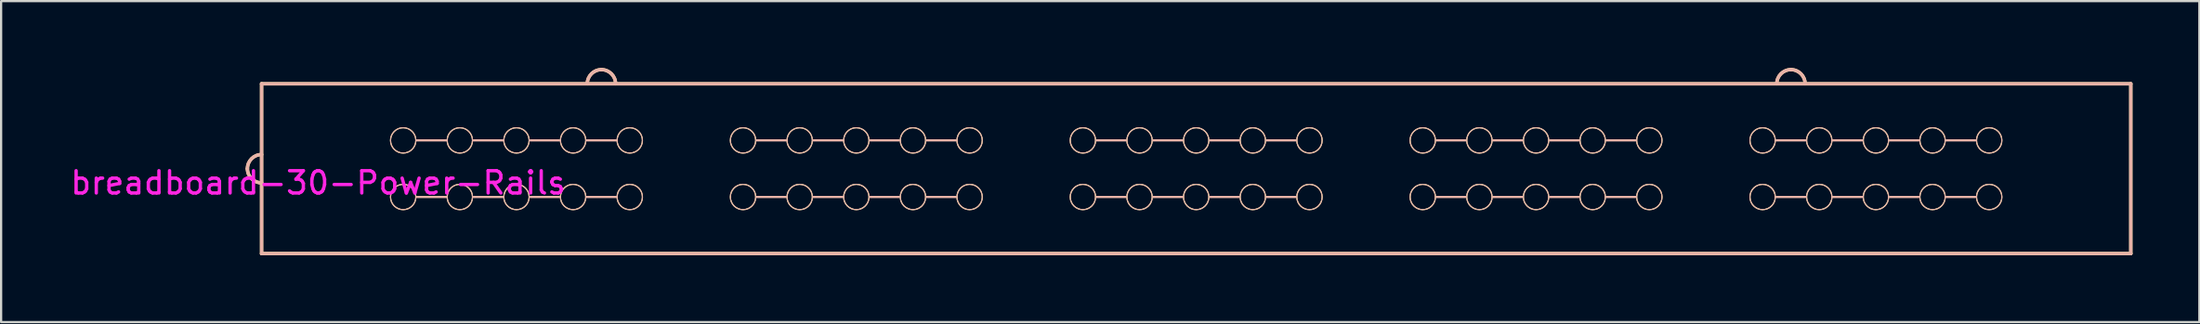
<source format=kicad_pcb>
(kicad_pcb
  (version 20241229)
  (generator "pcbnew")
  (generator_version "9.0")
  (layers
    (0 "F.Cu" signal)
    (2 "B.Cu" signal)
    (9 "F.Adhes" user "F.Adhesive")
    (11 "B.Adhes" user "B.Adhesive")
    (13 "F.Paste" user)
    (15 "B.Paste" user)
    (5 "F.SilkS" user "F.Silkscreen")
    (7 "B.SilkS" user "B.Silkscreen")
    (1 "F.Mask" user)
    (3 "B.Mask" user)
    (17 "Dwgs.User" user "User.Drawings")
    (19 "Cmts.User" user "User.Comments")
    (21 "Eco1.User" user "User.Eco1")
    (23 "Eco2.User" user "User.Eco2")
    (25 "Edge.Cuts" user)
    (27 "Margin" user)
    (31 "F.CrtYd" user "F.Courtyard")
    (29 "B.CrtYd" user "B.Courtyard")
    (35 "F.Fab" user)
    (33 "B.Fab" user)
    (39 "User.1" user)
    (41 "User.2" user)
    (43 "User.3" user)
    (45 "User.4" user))
  (footprint "breadboard-30-Power-Rails"
    (layer "F.Cu")
    (at 51.86 3.25)
    (property "Reference" "breadboard-30-Power-Rails" (at -40.64 1.905 180) (layer "F.CrtYd") (effects (font (size 1 1) (thickness 0.15))))
    (attr exclude_from_pos_files exclude_from_bom)
    (fp_line (start -43.18 -2.54) (end -43.18 5.08) (stroke (width 0.15) (type solid)) (layer "F.SilkS"))
    (fp_line (start -43.18 -2.54) (end 40.64 -2.54) (stroke (width 0.15) (type solid)) (layer "F.SilkS"))
    (fp_line (start -43.18 5.08) (end 40.64 5.08) (stroke (width 0.15) (type solid)) (layer "F.SilkS"))
    (fp_line (start 40.64 -2.54) (end 40.64 5.08) (stroke (width 0.15) (type solid)) (layer "F.SilkS"))
    (fp_arc (start -43.815 1.27) (mid -43.629013 0.820987) (end -43.18 0.635) (stroke (width 0.15) (type solid)) (layer "F.SilkS"))
    (fp_arc (start -43.18 1.905) (mid -43.629013 1.719013) (end -43.815 1.27) (stroke (width 0.15) (type solid)) (layer "F.SilkS"))
    (fp_arc (start -28.575 -2.54) (mid -28.389013 -2.989013) (end -27.94 -3.175) (stroke (width 0.15) (type solid)) (layer "F.SilkS"))
    (fp_arc (start -27.94 -3.175) (mid -27.490987 -2.989013) (end -27.305 -2.54) (stroke (width 0.15) (type solid)) (layer "F.SilkS"))
    (fp_arc (start 24.765 -2.54) (mid 24.950987 -2.989013) (end 25.4 -3.175) (stroke (width 0.15) (type solid)) (layer "F.SilkS"))
    (fp_arc (start 25.4 -3.175) (mid 25.849013 -2.989013) (end 26.035 -2.54) (stroke (width 0.15) (type solid)) (layer "F.SilkS"))
    (fp_circle (center -36.83 0) (end -36.576 -0.508) (stroke (width 0.05) (type solid)) (fill no) (layer "F.SilkS"))
    (fp_circle (center -36.83 2.54) (end -36.576 2.032) (stroke (width 0.05) (type solid)) (fill no) (layer "F.SilkS"))
    (fp_circle (center -34.29 0) (end -34.036 -0.508) (stroke (width 0.05) (type solid)) (fill no) (layer "F.SilkS"))
    (fp_circle (center -34.29 2.54) (end -34.036 2.032) (stroke (width 0.05) (type solid)) (fill no) (layer "F.SilkS"))
    (fp_circle (center -31.75 0) (end -31.496 -0.508) (stroke (width 0.05) (type solid)) (fill no) (layer "F.SilkS"))
    (fp_circle (center -31.75 2.54) (end -31.496 2.032) (stroke (width 0.05) (type solid)) (fill no) (layer "F.SilkS"))
    (fp_circle (center -29.21 0) (end -28.956 -0.508) (stroke (width 0.05) (type solid)) (fill no) (layer "F.SilkS"))
    (fp_circle (center -29.21 2.54) (end -28.956 2.032) (stroke (width 0.05) (type solid)) (fill no) (layer "F.SilkS"))
    (fp_circle (center -26.67 0) (end -26.416 -0.508) (stroke (width 0.05) (type solid)) (fill no) (layer "F.SilkS"))
    (fp_circle (center -26.67 2.54) (end -26.416 2.032) (stroke (width 0.05) (type solid)) (fill no) (layer "F.SilkS"))
    (fp_circle (center -21.59 0) (end -21.336 -0.508) (stroke (width 0.05) (type solid)) (fill no) (layer "F.SilkS"))
    (fp_circle (center -21.59 2.54) (end -21.336 2.032) (stroke (width 0.05) (type solid)) (fill no) (layer "F.SilkS"))
    (fp_circle (center -19.05 0) (end -18.796 -0.508) (stroke (width 0.05) (type solid)) (fill no) (layer "F.SilkS"))
    (fp_circle (center -19.05 2.54) (end -18.796 2.032) (stroke (width 0.05) (type solid)) (fill no) (layer "F.SilkS"))
    (fp_circle (center -16.51 0) (end -16.256 -0.508) (stroke (width 0.05) (type solid)) (fill no) (layer "F.SilkS"))
    (fp_circle (center -16.51 2.54) (end -16.256 2.032) (stroke (width 0.05) (type solid)) (fill no) (layer "F.SilkS"))
    (fp_circle (center -13.97 0) (end -13.716 -0.508) (stroke (width 0.05) (type solid)) (fill no) (layer "F.SilkS"))
    (fp_circle (center -13.97 2.54) (end -13.716 2.032) (stroke (width 0.05) (type solid)) (fill no) (layer "F.SilkS"))
    (fp_circle (center -11.43 0) (end -11.176 -0.508) (stroke (width 0.05) (type solid)) (fill no) (layer "F.SilkS"))
    (fp_circle (center -11.43 2.54) (end -11.176 2.032) (stroke (width 0.05) (type solid)) (fill no) (layer "F.SilkS"))
    (fp_circle (center -6.35 0) (end -6.096 -0.508) (stroke (width 0.05) (type solid)) (fill no) (layer "F.SilkS"))
    (fp_circle (center -6.35 2.54) (end -6.096 2.032) (stroke (width 0.05) (type solid)) (fill no) (layer "F.SilkS"))
    (fp_circle (center -3.81 0) (end -3.556 -0.508) (stroke (width 0.05) (type solid)) (fill no) (layer "F.SilkS"))
    (fp_circle (center -3.81 2.54) (end -3.556 2.032) (stroke (width 0.05) (type solid)) (fill no) (layer "F.SilkS"))
    (fp_circle (center -1.27 0) (end -1.016 -0.508) (stroke (width 0.05) (type solid)) (fill no) (layer "F.SilkS"))
    (fp_circle (center -1.27 2.54) (end -1.016 2.032) (stroke (width 0.05) (type solid)) (fill no) (layer "F.SilkS"))
    (fp_circle (center 1.27 0) (end 1.524 -0.508) (stroke (width 0.05) (type solid)) (fill no) (layer "F.SilkS"))
    (fp_circle (center 1.27 2.54) (end 1.524 2.032) (stroke (width 0.05) (type solid)) (fill no) (layer "F.SilkS"))
    (fp_circle (center 3.81 0) (end 4.064 -0.508) (stroke (width 0.05) (type solid)) (fill no) (layer "F.SilkS"))
    (fp_circle (center 3.81 2.54) (end 4.064 2.032) (stroke (width 0.05) (type solid)) (fill no) (layer "F.SilkS"))
    (fp_circle (center 8.89 0) (end 9.144 -0.508) (stroke (width 0.05) (type solid)) (fill no) (layer "F.SilkS"))
    (fp_circle (center 8.89 2.54) (end 9.144 2.032) (stroke (width 0.05) (type solid)) (fill no) (layer "F.SilkS"))
    (fp_circle (center 11.43 0) (end 11.684 -0.508) (stroke (width 0.05) (type solid)) (fill no) (layer "F.SilkS"))
    (fp_circle (center 11.43 2.54) (end 11.684 2.032) (stroke (width 0.05) (type solid)) (fill no) (layer "F.SilkS"))
    (fp_circle (center 13.97 0) (end 14.224 -0.508) (stroke (width 0.05) (type solid)) (fill no) (layer "F.SilkS"))
    (fp_circle (center 13.97 2.54) (end 14.224 2.032) (stroke (width 0.05) (type solid)) (fill no) (layer "F.SilkS"))
    (fp_circle (center 16.51 0) (end 16.764 -0.508) (stroke (width 0.05) (type solid)) (fill no) (layer "F.SilkS"))
    (fp_circle (center 16.51 2.54) (end 16.764 2.032) (stroke (width 0.05) (type solid)) (fill no) (layer "F.SilkS"))
    (fp_circle (center 19.05 0) (end 19.304 -0.508) (stroke (width 0.05) (type solid)) (fill no) (layer "F.SilkS"))
    (fp_circle (center 19.05 2.54) (end 19.304 2.032) (stroke (width 0.05) (type solid)) (fill no) (layer "F.SilkS"))
    (fp_circle (center 24.13 0) (end 24.384 -0.508) (stroke (width 0.05) (type solid)) (fill no) (layer "F.SilkS"))
    (fp_circle (center 24.13 2.54) (end 24.384 2.032) (stroke (width 0.05) (type solid)) (fill no) (layer "F.SilkS"))
    (fp_circle (center 26.67 0) (end 26.924 -0.508) (stroke (width 0.05) (type solid)) (fill no) (layer "F.SilkS"))
    (fp_circle (center 26.67 2.54) (end 26.924 2.032) (stroke (width 0.05) (type solid)) (fill no) (layer "F.SilkS"))
    (fp_circle (center 29.21 0) (end 29.464 -0.508) (stroke (width 0.05) (type solid)) (fill no) (layer "F.SilkS"))
    (fp_circle (center 29.21 2.54) (end 29.464 2.032) (stroke (width 0.05) (type solid)) (fill no) (layer "F.SilkS"))
    (fp_circle (center 31.75 0) (end 32.004 -0.508) (stroke (width 0.05) (type solid)) (fill no) (layer "F.SilkS"))
    (fp_circle (center 31.75 2.54) (end 32.004 2.032) (stroke (width 0.05) (type solid)) (fill no) (layer "F.SilkS"))
    (fp_circle (center 34.29 0) (end 34.544 -0.508) (stroke (width 0.05) (type solid)) (fill no) (layer "F.SilkS"))
    (fp_circle (center 34.29 2.54) (end 34.544 2.032) (stroke (width 0.05) (type solid)) (fill no) (layer "F.SilkS"))
    (fp_line (start -43.18 -2.54) (end -43.18 5.08) (stroke (width 0.15) (type solid)) (layer "B.SilkS"))
    (fp_line (start -43.18 -2.54) (end 40.64 -2.54) (stroke (width 0.15) (type solid)) (layer "B.SilkS"))
    (fp_line (start -36.22 0) (end -34.9 0) (stroke (width 0.1) (type solid)) (layer "B.SilkS"))
    (fp_line (start -36.22 2.54) (end -34.9 2.54) (stroke (width 0.1) (type solid)) (layer "B.SilkS"))
    (fp_line (start -33.68 0) (end -32.36 0) (stroke (width 0.1) (type solid)) (layer "B.SilkS"))
    (fp_line (start -33.68 2.54) (end -32.36 2.54) (stroke (width 0.1) (type solid)) (layer "B.SilkS"))
    (fp_line (start -31.14 0) (end -29.82 0) (stroke (width 0.1) (type solid)) (layer "B.SilkS"))
    (fp_line (start -31.14 2.54) (end -29.82 2.54) (stroke (width 0.1) (type solid)) (layer "B.SilkS"))
    (fp_line (start -28.6 0) (end -27.28 0) (stroke (width 0.1) (type solid)) (layer "B.SilkS"))
    (fp_line (start -28.6 2.54) (end -27.28 2.54) (stroke (width 0.1) (type solid)) (layer "B.SilkS"))
    (fp_line (start -20.98 0) (end -19.66 0) (stroke (width 0.1) (type solid)) (layer "B.SilkS"))
    (fp_line (start -20.98 2.54) (end -19.66 2.54) (stroke (width 0.1) (type solid)) (layer "B.SilkS"))
    (fp_line (start -18.44 0) (end -17.12 0) (stroke (width 0.1) (type solid)) (layer "B.SilkS"))
    (fp_line (start -18.44 2.54) (end -17.12 2.54) (stroke (width 0.1) (type solid)) (layer "B.SilkS"))
    (fp_line (start -15.9 0) (end -14.58 0) (stroke (width 0.1) (type solid)) (layer "B.SilkS"))
    (fp_line (start -15.9 2.54) (end -14.58 2.54) (stroke (width 0.1) (type solid)) (layer "B.SilkS"))
    (fp_line (start -13.36 0) (end -12.04 0) (stroke (width 0.1) (type solid)) (layer "B.SilkS"))
    (fp_line (start -13.36 2.54) (end -12.04 2.54) (stroke (width 0.1) (type solid)) (layer "B.SilkS"))
    (fp_line (start -5.74 0) (end -4.42 0) (stroke (width 0.1) (type solid)) (layer "B.SilkS"))
    (fp_line (start -5.74 2.54) (end -4.42 2.54) (stroke (width 0.1) (type solid)) (layer "B.SilkS"))
    (fp_line (start -3.2 0) (end -1.88 0) (stroke (width 0.1) (type solid)) (layer "B.SilkS"))
    (fp_line (start -3.2 2.54) (end -1.88 2.54) (stroke (width 0.1) (type solid)) (layer "B.SilkS"))
    (fp_line (start -0.66 0) (end 0.66 0) (stroke (width 0.1) (type solid)) (layer "B.SilkS"))
    (fp_line (start -0.66 2.54) (end 0.66 2.54) (stroke (width 0.1) (type solid)) (layer "B.SilkS"))
    (fp_line (start 1.88 0) (end 3.2 0) (stroke (width 0.1) (type solid)) (layer "B.SilkS"))
    (fp_line (start 1.88 2.54) (end 3.2 2.54) (stroke (width 0.1) (type solid)) (layer "B.SilkS"))
    (fp_line (start 9.5 0) (end 10.82 0) (stroke (width 0.1) (type solid)) (layer "B.SilkS"))
    (fp_line (start 9.5 2.54) (end 10.82 2.54) (stroke (width 0.1) (type solid)) (layer "B.SilkS"))
    (fp_line (start 12.04 0) (end 13.36 0) (stroke (width 0.1) (type solid)) (layer "B.SilkS"))
    (fp_line (start 12.04 2.54) (end 13.36 2.54) (stroke (width 0.1) (type solid)) (layer "B.SilkS"))
    (fp_line (start 14.58 0) (end 15.9 0) (stroke (width 0.1) (type solid)) (layer "B.SilkS"))
    (fp_line (start 14.58 2.54) (end 15.9 2.54) (stroke (width 0.1) (type solid)) (layer "B.SilkS"))
    (fp_line (start 17.12 0) (end 18.44 0) (stroke (width 0.1) (type solid)) (layer "B.SilkS"))
    (fp_line (start 17.12 2.54) (end 18.44 2.54) (stroke (width 0.1) (type solid)) (layer "B.SilkS"))
    (fp_line (start 24.74 0) (end 26.06 0) (stroke (width 0.1) (type solid)) (layer "B.SilkS"))
    (fp_line (start 24.74 2.54) (end 26.06 2.54) (stroke (width 0.1) (type solid)) (layer "B.SilkS"))
    (fp_line (start 27.28 0) (end 28.6 0) (stroke (width 0.1) (type solid)) (layer "B.SilkS"))
    (fp_line (start 27.28 2.54) (end 28.6 2.54) (stroke (width 0.1) (type solid)) (layer "B.SilkS"))
    (fp_line (start 29.82 0) (end 31.14 0) (stroke (width 0.1) (type solid)) (layer "B.SilkS"))
    (fp_line (start 29.82 2.54) (end 31.14 2.54) (stroke (width 0.1) (type solid)) (layer "B.SilkS"))
    (fp_line (start 32.36 0) (end 33.68 0) (stroke (width 0.1) (type solid)) (layer "B.SilkS"))
    (fp_line (start 32.36 2.54) (end 33.68 2.54) (stroke (width 0.1) (type solid)) (layer "B.SilkS"))
    (fp_line (start 40.64 -2.54) (end 40.64 5.08) (stroke (width 0.15) (type solid)) (layer "B.SilkS"))
    (fp_line (start 40.64 5.08) (end -43.18 5.08) (stroke (width 0.15) (type solid)) (layer "B.SilkS"))
    (fp_arc (start -43.815 1.27) (mid -43.629013 0.820987) (end -43.18 0.635) (stroke (width 0.15) (type solid)) (layer "B.SilkS"))
    (fp_arc (start -43.18 1.905) (mid -43.629013 1.719013) (end -43.815 1.27) (stroke (width 0.15) (type solid)) (layer "B.SilkS"))
    (fp_arc (start -28.575 -2.54) (mid -28.389013 -2.989013) (end -27.94 -3.175) (stroke (width 0.15) (type solid)) (layer "B.SilkS"))
    (fp_arc (start -27.94 -3.175) (mid -27.490987 -2.989013) (end -27.305 -2.54) (stroke (width 0.15) (type solid)) (layer "B.SilkS"))
    (fp_arc (start 24.765 -2.54) (mid 24.950987 -2.989013) (end 25.4 -3.175) (stroke (width 0.15) (type solid)) (layer "B.SilkS"))
    (fp_arc (start 25.4 -3.175) (mid 25.849013 -2.989013) (end 26.035 -2.54) (stroke (width 0.15) (type solid)) (layer "B.SilkS"))
    (fp_circle (center -36.83 0) (end -36.576 -0.508) (stroke (width 0.05) (type solid)) (fill no) (layer "B.SilkS"))
    (fp_circle (center -36.83 2.54) (end -36.576 2.032) (stroke (width 0.05) (type solid)) (fill no) (layer "B.SilkS"))
    (fp_circle (center -34.29 0) (end -34.036 -0.508) (stroke (width 0.05) (type solid)) (fill no) (layer "B.SilkS"))
    (fp_circle (center -34.29 2.54) (end -34.036 2.032) (stroke (width 0.05) (type solid)) (fill no) (layer "B.SilkS"))
    (fp_circle (center -31.75 0) (end -31.496 -0.508) (stroke (width 0.05) (type solid)) (fill no) (layer "B.SilkS"))
    (fp_circle (center -31.75 2.54) (end -31.496 2.032) (stroke (width 0.05) (type solid)) (fill no) (layer "B.SilkS"))
    (fp_circle (center -29.21 0) (end -28.956 -0.508) (stroke (width 0.05) (type solid)) (fill no) (layer "B.SilkS"))
    (fp_circle (center -29.21 2.54) (end -28.956 2.032) (stroke (width 0.05) (type solid)) (fill no) (layer "B.SilkS"))
    (fp_circle (center -26.67 0) (end -26.416 -0.508) (stroke (width 0.05) (type solid)) (fill no) (layer "B.SilkS"))
    (fp_circle (center -26.67 2.54) (end -26.416 2.032) (stroke (width 0.05) (type solid)) (fill no) (layer "B.SilkS"))
    (fp_circle (center -21.59 0) (end -21.336 -0.508) (stroke (width 0.05) (type solid)) (fill no) (layer "B.SilkS"))
    (fp_circle (center -21.59 2.54) (end -21.336 2.032) (stroke (width 0.05) (type solid)) (fill no) (layer "B.SilkS"))
    (fp_circle (center -19.05 0) (end -18.796 -0.508) (stroke (width 0.05) (type solid)) (fill no) (layer "B.SilkS"))
    (fp_circle (center -19.05 2.54) (end -18.796 2.032) (stroke (width 0.05) (type solid)) (fill no) (layer "B.SilkS"))
    (fp_circle (center -16.51 0) (end -16.256 -0.508) (stroke (width 0.05) (type solid)) (fill no) (layer "B.SilkS"))
    (fp_circle (center -16.51 2.54) (end -16.256 2.032) (stroke (width 0.05) (type solid)) (fill no) (layer "B.SilkS"))
    (fp_circle (center -13.97 0) (end -13.716 -0.508) (stroke (width 0.05) (type solid)) (fill no) (layer "B.SilkS"))
    (fp_circle (center -13.97 2.54) (end -13.716 2.032) (stroke (width 0.05) (type solid)) (fill no) (layer "B.SilkS"))
    (fp_circle (center -11.43 0) (end -11.176 -0.508) (stroke (width 0.05) (type solid)) (fill no) (layer "B.SilkS"))
    (fp_circle (center -11.43 2.54) (end -11.176 2.032) (stroke (width 0.05) (type solid)) (fill no) (layer "B.SilkS"))
    (fp_circle (center -6.35 0) (end -6.096 -0.508) (stroke (width 0.05) (type solid)) (fill no) (layer "B.SilkS"))
    (fp_circle (center -6.35 2.54) (end -6.096 2.032) (stroke (width 0.05) (type solid)) (fill no) (layer "B.SilkS"))
    (fp_circle (center -3.81 0) (end -3.556 -0.508) (stroke (width 0.05) (type solid)) (fill no) (layer "B.SilkS"))
    (fp_circle (center -3.81 2.54) (end -3.556 2.032) (stroke (width 0.05) (type solid)) (fill no) (layer "B.SilkS"))
    (fp_circle (center -1.27 0) (end -1.016 -0.508) (stroke (width 0.05) (type solid)) (fill no) (layer "B.SilkS"))
    (fp_circle (center -1.27 2.54) (end -1.016 2.032) (stroke (width 0.05) (type solid)) (fill no) (layer "B.SilkS"))
    (fp_circle (center 1.27 0) (end 1.524 -0.508) (stroke (width 0.05) (type solid)) (fill no) (layer "B.SilkS"))
    (fp_circle (center 1.27 2.54) (end 1.524 2.032) (stroke (width 0.05) (type solid)) (fill no) (layer "B.SilkS"))
    (fp_circle (center 3.81 0) (end 4.064 -0.508) (stroke (width 0.05) (type solid)) (fill no) (layer "B.SilkS"))
    (fp_circle (center 3.81 2.54) (end 4.064 2.032) (stroke (width 0.05) (type solid)) (fill no) (layer "B.SilkS"))
    (fp_circle (center 8.89 0) (end 9.144 -0.508) (stroke (width 0.05) (type solid)) (fill no) (layer "B.SilkS"))
    (fp_circle (center 8.89 2.54) (end 9.144 2.032) (stroke (width 0.05) (type solid)) (fill no) (layer "B.SilkS"))
    (fp_circle (center 11.43 0) (end 11.684 -0.508) (stroke (width 0.05) (type solid)) (fill no) (layer "B.SilkS"))
    (fp_circle (center 11.43 2.54) (end 11.684 2.032) (stroke (width 0.05) (type solid)) (fill no) (layer "B.SilkS"))
    (fp_circle (center 13.97 0) (end 14.224 -0.508) (stroke (width 0.05) (type solid)) (fill no) (layer "B.SilkS"))
    (fp_circle (center 13.97 2.54) (end 14.224 2.032) (stroke (width 0.05) (type solid)) (fill no) (layer "B.SilkS"))
    (fp_circle (center 16.51 0) (end 16.764 -0.508) (stroke (width 0.05) (type solid)) (fill no) (layer "B.SilkS"))
    (fp_circle (center 16.51 2.54) (end 16.764 2.032) (stroke (width 0.05) (type solid)) (fill no) (layer "B.SilkS"))
    (fp_circle (center 19.05 0) (end 19.304 -0.508) (stroke (width 0.05) (type solid)) (fill no) (layer "B.SilkS"))
    (fp_circle (center 19.05 2.54) (end 19.304 2.032) (stroke (width 0.05) (type solid)) (fill no) (layer "B.SilkS"))
    (fp_circle (center 24.13 0) (end 24.384 -0.508) (stroke (width 0.05) (type solid)) (fill no) (layer "B.SilkS"))
    (fp_circle (center 24.13 2.54) (end 24.384 2.032) (stroke (width 0.05) (type solid)) (fill no) (layer "B.SilkS"))
    (fp_circle (center 26.67 0) (end 26.924 -0.508) (stroke (width 0.05) (type solid)) (fill no) (layer "B.SilkS"))
    (fp_circle (center 26.67 2.54) (end 26.924 2.032) (stroke (width 0.05) (type solid)) (fill no) (layer "B.SilkS"))
    (fp_circle (center 29.21 0) (end 29.464 -0.508) (stroke (width 0.05) (type solid)) (fill no) (layer "B.SilkS"))
    (fp_circle (center 29.21 2.54) (end 29.464 2.032) (stroke (width 0.05) (type solid)) (fill no) (layer "B.SilkS"))
    (fp_circle (center 31.75 0) (end 32.004 -0.508) (stroke (width 0.05) (type solid)) (fill no) (layer "B.SilkS"))
    (fp_circle (center 31.75 2.54) (end 32.004 2.032) (stroke (width 0.05) (type solid)) (fill no) (layer "B.SilkS"))
    (fp_circle (center 34.29 0) (end 34.544 -0.508) (stroke (width 0.05) (type solid)) (fill no) (layer "B.SilkS"))
    (fp_circle (center 34.29 2.54) (end 34.544 2.032) (stroke (width 0.05) (type solid)) (fill no) (layer "B.SilkS")))
  (gr_rect
    (start -3 -3)
    (end 95.575 11.405)
    (stroke (width 0.1) (type default))
    (fill no)
    (layer "Edge.Cuts")))
</source>
